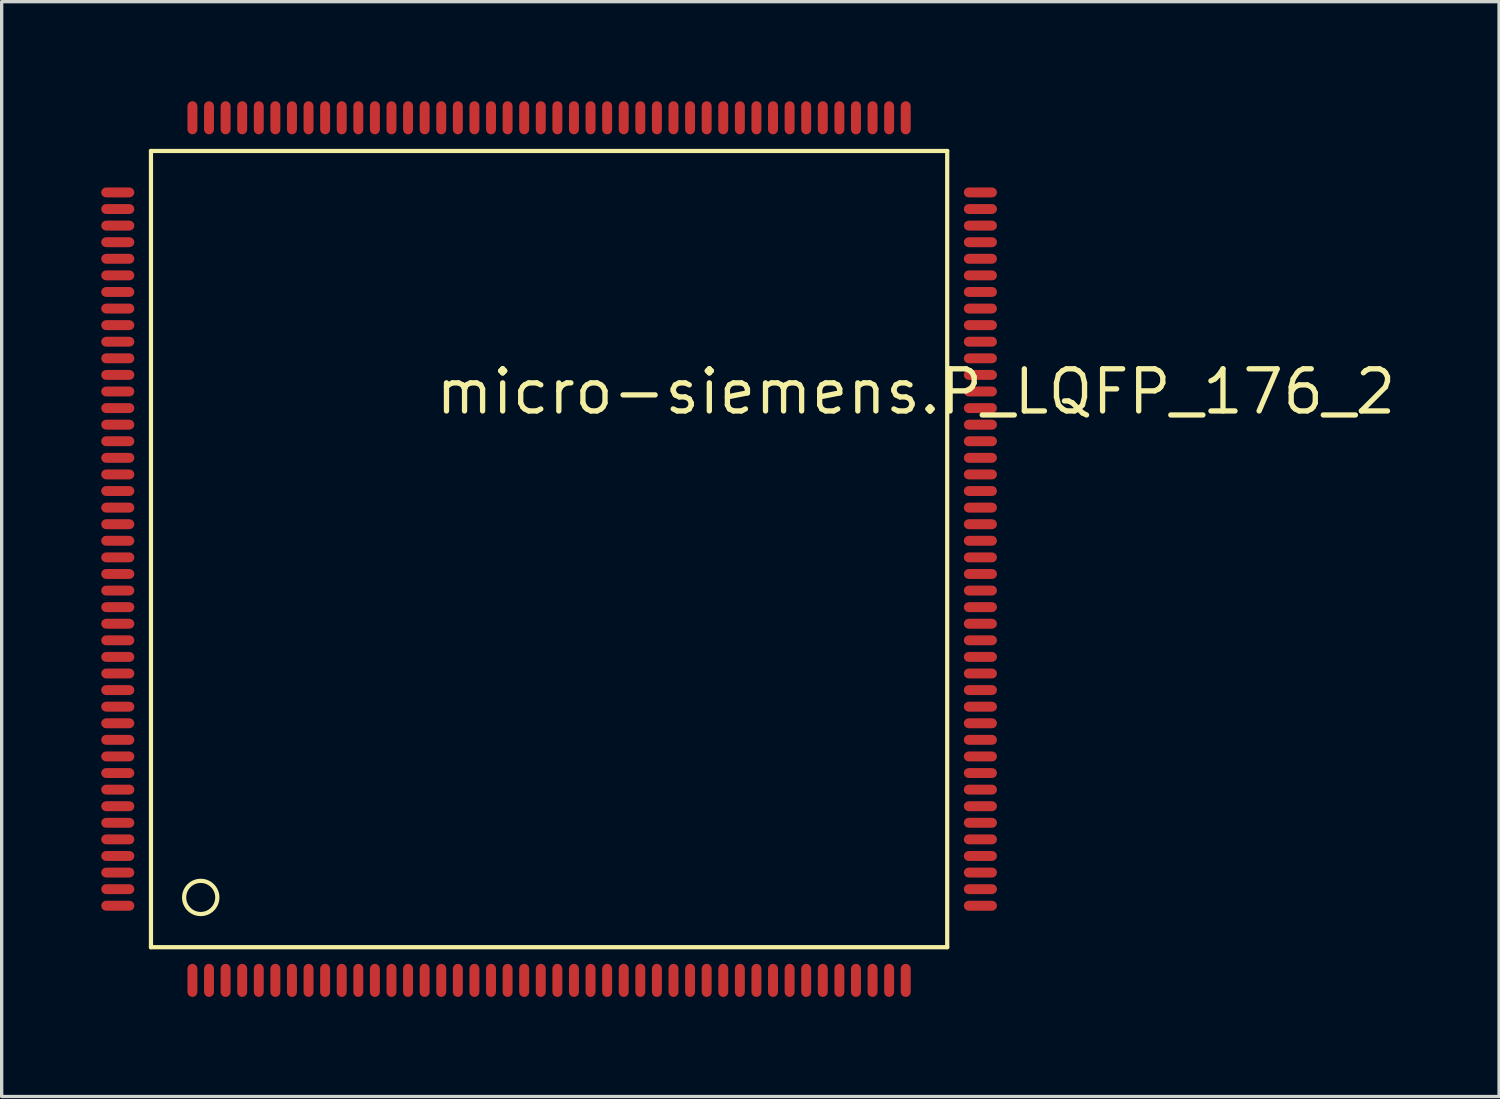
<source format=kicad_pcb>
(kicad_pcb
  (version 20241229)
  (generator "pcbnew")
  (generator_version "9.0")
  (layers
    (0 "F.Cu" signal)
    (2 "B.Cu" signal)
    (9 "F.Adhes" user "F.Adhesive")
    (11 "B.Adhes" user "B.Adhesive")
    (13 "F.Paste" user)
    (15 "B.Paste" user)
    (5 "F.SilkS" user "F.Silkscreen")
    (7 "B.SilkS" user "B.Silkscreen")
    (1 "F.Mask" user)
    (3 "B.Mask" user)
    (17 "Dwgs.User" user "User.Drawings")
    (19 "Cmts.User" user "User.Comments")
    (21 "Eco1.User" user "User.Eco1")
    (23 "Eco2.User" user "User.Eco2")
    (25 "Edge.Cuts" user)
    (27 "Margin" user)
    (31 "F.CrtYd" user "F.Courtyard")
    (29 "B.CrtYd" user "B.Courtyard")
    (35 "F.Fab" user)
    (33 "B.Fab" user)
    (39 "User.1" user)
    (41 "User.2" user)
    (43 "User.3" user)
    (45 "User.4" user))
  (footprint "micro-siemens.P_LQFP_176_2"
    (layer "F.Cu")
    (at 13.5 13.5)
    (property "Reference" "micro-siemens.P_LQFP_176_2" (at -3.5 -4 0) (layer "F.SilkS") (effects (font (size 1.27 1.27) (thickness 0.16)) (justify left bottom)))
    (attr smd)
    (fp_line (start -12 -12) (end 12 -12) (stroke (width 0.127) (type default)) (layer "F.SilkS"))
    (fp_line (start -12 12) (end -12 -12) (stroke (width 0.127) (type default)) (layer "F.SilkS"))
    (fp_line (start -12 12) (end 12 12) (stroke (width 0.127) (type default)) (layer "F.SilkS"))
    (fp_line (start 12 12) (end 12 -12) (stroke (width 0.127) (type default)) (layer "F.SilkS"))
    (fp_circle (center -10.5 10.5) (end -10 10.5) (stroke (width 0.127) (type default)) (fill no) (layer "F.SilkS"))
    (pad "1" smd roundrect (at -10.75 13) (size 0.3 1) (layers "F.Cu" "F.Mask" "F.Paste") (roundrect_rratio 0.5))
    (pad "2" smd roundrect (at -10.25 13) (size 0.3 1) (layers "F.Cu" "F.Mask" "F.Paste") (roundrect_rratio 0.5))
    (pad "3" smd roundrect (at -9.75 13) (size 0.3 1) (layers "F.Cu" "F.Mask" "F.Paste") (roundrect_rratio 0.5))
    (pad "4" smd roundrect (at -9.25 13) (size 0.3 1) (layers "F.Cu" "F.Mask" "F.Paste") (roundrect_rratio 0.5))
    (pad "5" smd roundrect (at -8.75 13) (size 0.3 1) (layers "F.Cu" "F.Mask" "F.Paste") (roundrect_rratio 0.5))
    (pad "6" smd roundrect (at -8.25 13) (size 0.3 1) (layers "F.Cu" "F.Mask" "F.Paste") (roundrect_rratio 0.5))
    (pad "7" smd roundrect (at -7.75 13) (size 0.3 1) (layers "F.Cu" "F.Mask" "F.Paste") (roundrect_rratio 0.5))
    (pad "8" smd roundrect (at -7.25 13) (size 0.3 1) (layers "F.Cu" "F.Mask" "F.Paste") (roundrect_rratio 0.5))
    (pad "9" smd roundrect (at -6.75 13) (size 0.3 1) (layers "F.Cu" "F.Mask" "F.Paste") (roundrect_rratio 0.5))
    (pad "10" smd roundrect (at -6.25 13) (size 0.3 1) (layers "F.Cu" "F.Mask" "F.Paste") (roundrect_rratio 0.5))
    (pad "11" smd roundrect (at -5.75 13) (size 0.3 1) (layers "F.Cu" "F.Mask" "F.Paste") (roundrect_rratio 0.5))
    (pad "12" smd roundrect (at -5.25 13) (size 0.3 1) (layers "F.Cu" "F.Mask" "F.Paste") (roundrect_rratio 0.5))
    (pad "13" smd roundrect (at -4.75 13) (size 0.3 1) (layers "F.Cu" "F.Mask" "F.Paste") (roundrect_rratio 0.5))
    (pad "14" smd roundrect (at -4.25 13) (size 0.3 1) (layers "F.Cu" "F.Mask" "F.Paste") (roundrect_rratio 0.5))
    (pad "15" smd roundrect (at -3.75 13) (size 0.3 1) (layers "F.Cu" "F.Mask" "F.Paste") (roundrect_rratio 0.5))
    (pad "16" smd roundrect (at -3.25 13) (size 0.3 1) (layers "F.Cu" "F.Mask" "F.Paste") (roundrect_rratio 0.5))
    (pad "17" smd roundrect (at -2.75 13) (size 0.3 1) (layers "F.Cu" "F.Mask" "F.Paste") (roundrect_rratio 0.5))
    (pad "18" smd roundrect (at -2.25 13) (size 0.3 1) (layers "F.Cu" "F.Mask" "F.Paste") (roundrect_rratio 0.5))
    (pad "19" smd roundrect (at -1.75 13) (size 0.3 1) (layers "F.Cu" "F.Mask" "F.Paste") (roundrect_rratio 0.5))
    (pad "20" smd roundrect (at -1.25 13) (size 0.3 1) (layers "F.Cu" "F.Mask" "F.Paste") (roundrect_rratio 0.5))
    (pad "21" smd roundrect (at -0.75 13) (size 0.3 1) (layers "F.Cu" "F.Mask" "F.Paste") (roundrect_rratio 0.5))
    (pad "22" smd roundrect (at -0.25 13) (size 0.3 1) (layers "F.Cu" "F.Mask" "F.Paste") (roundrect_rratio 0.5))
    (pad "23" smd roundrect (at 0.25 13) (size 0.3 1) (layers "F.Cu" "F.Mask" "F.Paste") (roundrect_rratio 0.5))
    (pad "24" smd roundrect (at 0.75 13) (size 0.3 1) (layers "F.Cu" "F.Mask" "F.Paste") (roundrect_rratio 0.5))
    (pad "25" smd roundrect (at 1.25 13) (size 0.3 1) (layers "F.Cu" "F.Mask" "F.Paste") (roundrect_rratio 0.5))
    (pad "26" smd roundrect (at 1.75 13) (size 0.3 1) (layers "F.Cu" "F.Mask" "F.Paste") (roundrect_rratio 0.5))
    (pad "27" smd roundrect (at 2.25 13) (size 0.3 1) (layers "F.Cu" "F.Mask" "F.Paste") (roundrect_rratio 0.5))
    (pad "28" smd roundrect (at 2.75 13) (size 0.3 1) (layers "F.Cu" "F.Mask" "F.Paste") (roundrect_rratio 0.5))
    (pad "29" smd roundrect (at 3.25 13) (size 0.3 1) (layers "F.Cu" "F.Mask" "F.Paste") (roundrect_rratio 0.5))
    (pad "30" smd roundrect (at 3.75 13) (size 0.3 1) (layers "F.Cu" "F.Mask" "F.Paste") (roundrect_rratio 0.5))
    (pad "31" smd roundrect (at 4.25 13) (size 0.3 1) (layers "F.Cu" "F.Mask" "F.Paste") (roundrect_rratio 0.5))
    (pad "32" smd roundrect (at 4.75 13) (size 0.3 1) (layers "F.Cu" "F.Mask" "F.Paste") (roundrect_rratio 0.5))
    (pad "33" smd roundrect (at 5.25 13) (size 0.3 1) (layers "F.Cu" "F.Mask" "F.Paste") (roundrect_rratio 0.5))
    (pad "34" smd roundrect (at 5.75 13) (size 0.3 1) (layers "F.Cu" "F.Mask" "F.Paste") (roundrect_rratio 0.5))
    (pad "35" smd roundrect (at 6.25 13) (size 0.3 1) (layers "F.Cu" "F.Mask" "F.Paste") (roundrect_rratio 0.5))
    (pad "36" smd roundrect (at 6.75 13) (size 0.3 1) (layers "F.Cu" "F.Mask" "F.Paste") (roundrect_rratio 0.5))
    (pad "37" smd roundrect (at 7.25 13) (size 0.3 1) (layers "F.Cu" "F.Mask" "F.Paste") (roundrect_rratio 0.5))
    (pad "38" smd roundrect (at 7.75 13) (size 0.3 1) (layers "F.Cu" "F.Mask" "F.Paste") (roundrect_rratio 0.5))
    (pad "39" smd roundrect (at 8.25 13) (size 0.3 1) (layers "F.Cu" "F.Mask" "F.Paste") (roundrect_rratio 0.5))
    (pad "40" smd roundrect (at 8.75 13) (size 0.3 1) (layers "F.Cu" "F.Mask" "F.Paste") (roundrect_rratio 0.5))
    (pad "41" smd roundrect (at 9.25 13) (size 0.3 1) (layers "F.Cu" "F.Mask" "F.Paste") (roundrect_rratio 0.5))
    (pad "42" smd roundrect (at 9.75 13) (size 0.3 1) (layers "F.Cu" "F.Mask" "F.Paste") (roundrect_rratio 0.5))
    (pad "43" smd roundrect (at 10.25 13) (size 0.3 1) (layers "F.Cu" "F.Mask" "F.Paste") (roundrect_rratio 0.5))
    (pad "44" smd roundrect (at 10.75 13 180) (size 0.3 1) (layers "F.Cu" "F.Mask" "F.Paste") (roundrect_rratio 0.5))
    (pad "45" smd roundrect (at 13 10.75 90) (size 0.3 1) (layers "F.Cu" "F.Mask" "F.Paste") (roundrect_rratio 0.5))
    (pad "46" smd roundrect (at 13 10.25 90) (size 0.3 1) (layers "F.Cu" "F.Mask" "F.Paste") (roundrect_rratio 0.5))
    (pad "47" smd roundrect (at 13 9.75 90) (size 0.3 1) (layers "F.Cu" "F.Mask" "F.Paste") (roundrect_rratio 0.5))
    (pad "48" smd roundrect (at 13 9.25 90) (size 0.3 1) (layers "F.Cu" "F.Mask" "F.Paste") (roundrect_rratio 0.5))
    (pad "49" smd roundrect (at 13 8.75 90) (size 0.3 1) (layers "F.Cu" "F.Mask" "F.Paste") (roundrect_rratio 0.5))
    (pad "50" smd roundrect (at 13 8.25 90) (size 0.3 1) (layers "F.Cu" "F.Mask" "F.Paste") (roundrect_rratio 0.5))
    (pad "51" smd roundrect (at 13 7.75 90) (size 0.3 1) (layers "F.Cu" "F.Mask" "F.Paste") (roundrect_rratio 0.5))
    (pad "52" smd roundrect (at 13 7.25 90) (size 0.3 1) (layers "F.Cu" "F.Mask" "F.Paste") (roundrect_rratio 0.5))
    (pad "53" smd roundrect (at 13 6.75 90) (size 0.3 1) (layers "F.Cu" "F.Mask" "F.Paste") (roundrect_rratio 0.5))
    (pad "54" smd roundrect (at 13 6.25 90) (size 0.3 1) (layers "F.Cu" "F.Mask" "F.Paste") (roundrect_rratio 0.5))
    (pad "55" smd roundrect (at 13 5.75 90) (size 0.3 1) (layers "F.Cu" "F.Mask" "F.Paste") (roundrect_rratio 0.5))
    (pad "56" smd roundrect (at 13 5.25 90) (size 0.3 1) (layers "F.Cu" "F.Mask" "F.Paste") (roundrect_rratio 0.5))
    (pad "57" smd roundrect (at 13 4.75 90) (size 0.3 1) (layers "F.Cu" "F.Mask" "F.Paste") (roundrect_rratio 0.5))
    (pad "58" smd roundrect (at 13 4.25 90) (size 0.3 1) (layers "F.Cu" "F.Mask" "F.Paste") (roundrect_rratio 0.5))
    (pad "59" smd roundrect (at 13 3.75 90) (size 0.3 1) (layers "F.Cu" "F.Mask" "F.Paste") (roundrect_rratio 0.5))
    (pad "60" smd roundrect (at 13 3.25 90) (size 0.3 1) (layers "F.Cu" "F.Mask" "F.Paste") (roundrect_rratio 0.5))
    (pad "61" smd roundrect (at 13 2.75 90) (size 0.3 1) (layers "F.Cu" "F.Mask" "F.Paste") (roundrect_rratio 0.5))
    (pad "62" smd roundrect (at 13 2.25 90) (size 0.3 1) (layers "F.Cu" "F.Mask" "F.Paste") (roundrect_rratio 0.5))
    (pad "63" smd roundrect (at 13 1.75 90) (size 0.3 1) (layers "F.Cu" "F.Mask" "F.Paste") (roundrect_rratio 0.5))
    (pad "64" smd roundrect (at 13 1.25 90) (size 0.3 1) (layers "F.Cu" "F.Mask" "F.Paste") (roundrect_rratio 0.5))
    (pad "65" smd roundrect (at 13 0.75 90) (size 0.3 1) (layers "F.Cu" "F.Mask" "F.Paste") (roundrect_rratio 0.5))
    (pad "66" smd roundrect (at 13 0.25 90) (size 0.3 1) (layers "F.Cu" "F.Mask" "F.Paste") (roundrect_rratio 0.5))
    (pad "67" smd roundrect (at 13 -0.25 90) (size 0.3 1) (layers "F.Cu" "F.Mask" "F.Paste") (roundrect_rratio 0.5))
    (pad "68" smd roundrect (at 13 -0.75 90) (size 0.3 1) (layers "F.Cu" "F.Mask" "F.Paste") (roundrect_rratio 0.5))
    (pad "69" smd roundrect (at 13 -1.25 90) (size 0.3 1) (layers "F.Cu" "F.Mask" "F.Paste") (roundrect_rratio 0.5))
    (pad "70" smd roundrect (at 13 -1.75 90) (size 0.3 1) (layers "F.Cu" "F.Mask" "F.Paste") (roundrect_rratio 0.5))
    (pad "71" smd roundrect (at 13 -2.25 90) (size 0.3 1) (layers "F.Cu" "F.Mask" "F.Paste") (roundrect_rratio 0.5))
    (pad "72" smd roundrect (at 13 -2.75 90) (size 0.3 1) (layers "F.Cu" "F.Mask" "F.Paste") (roundrect_rratio 0.5))
    (pad "73" smd roundrect (at 13 -3.25 90) (size 0.3 1) (layers "F.Cu" "F.Mask" "F.Paste") (roundrect_rratio 0.5))
    (pad "74" smd roundrect (at 13 -3.75 90) (size 0.3 1) (layers "F.Cu" "F.Mask" "F.Paste") (roundrect_rratio 0.5))
    (pad "75" smd roundrect (at 13 -4.25 90) (size 0.3 1) (layers "F.Cu" "F.Mask" "F.Paste") (roundrect_rratio 0.5))
    (pad "76" smd roundrect (at 13 -4.75 90) (size 0.3 1) (layers "F.Cu" "F.Mask" "F.Paste") (roundrect_rratio 0.5))
    (pad "77" smd roundrect (at 13 -5.25 90) (size 0.3 1) (layers "F.Cu" "F.Mask" "F.Paste") (roundrect_rratio 0.5))
    (pad "78" smd roundrect (at 13 -5.75 90) (size 0.3 1) (layers "F.Cu" "F.Mask" "F.Paste") (roundrect_rratio 0.5))
    (pad "79" smd roundrect (at 13 -6.25 90) (size 0.3 1) (layers "F.Cu" "F.Mask" "F.Paste") (roundrect_rratio 0.5))
    (pad "80" smd roundrect (at 13 -6.75 90) (size 0.3 1) (layers "F.Cu" "F.Mask" "F.Paste") (roundrect_rratio 0.5))
    (pad "81" smd roundrect (at 13 -7.25 90) (size 0.3 1) (layers "F.Cu" "F.Mask" "F.Paste") (roundrect_rratio 0.5))
    (pad "82" smd roundrect (at 13 -7.75 90) (size 0.3 1) (layers "F.Cu" "F.Mask" "F.Paste") (roundrect_rratio 0.5))
    (pad "83" smd roundrect (at 13 -8.25 90) (size 0.3 1) (layers "F.Cu" "F.Mask" "F.Paste") (roundrect_rratio 0.5))
    (pad "84" smd roundrect (at 13 -8.75 90) (size 0.3 1) (layers "F.Cu" "F.Mask" "F.Paste") (roundrect_rratio 0.5))
    (pad "85" smd roundrect (at 13 -9.25 90) (size 0.3 1) (layers "F.Cu" "F.Mask" "F.Paste") (roundrect_rratio 0.5))
    (pad "86" smd roundrect (at 13 -9.75 90) (size 0.3 1) (layers "F.Cu" "F.Mask" "F.Paste") (roundrect_rratio 0.5))
    (pad "87" smd roundrect (at 13 -10.25 270) (size 0.3 1) (layers "F.Cu" "F.Mask" "F.Paste") (roundrect_rratio 0.5))
    (pad "88" smd roundrect (at 13 -10.75 270) (size 0.3 1) (layers "F.Cu" "F.Mask" "F.Paste") (roundrect_rratio 0.5))
    (pad "89" smd roundrect (at 10.75 -13 180) (size 0.3 1) (layers "F.Cu" "F.Mask" "F.Paste") (roundrect_rratio 0.5))
    (pad "90" smd roundrect (at 10.25 -13 180) (size 0.3 1) (layers "F.Cu" "F.Mask" "F.Paste") (roundrect_rratio 0.5))
    (pad "91" smd roundrect (at 9.75 -13 180) (size 0.3 1) (layers "F.Cu" "F.Mask" "F.Paste") (roundrect_rratio 0.5))
    (pad "92" smd roundrect (at 9.25 -13 180) (size 0.3 1) (layers "F.Cu" "F.Mask" "F.Paste") (roundrect_rratio 0.5))
    (pad "93" smd roundrect (at 8.75 -13 180) (size 0.3 1) (layers "F.Cu" "F.Mask" "F.Paste") (roundrect_rratio 0.5))
    (pad "94" smd roundrect (at 8.25 -13 180) (size 0.3 1) (layers "F.Cu" "F.Mask" "F.Paste") (roundrect_rratio 0.5))
    (pad "95" smd roundrect (at 7.75 -13 180) (size 0.3 1) (layers "F.Cu" "F.Mask" "F.Paste") (roundrect_rratio 0.5))
    (pad "96" smd roundrect (at 7.25 -13 180) (size 0.3 1) (layers "F.Cu" "F.Mask" "F.Paste") (roundrect_rratio 0.5))
    (pad "97" smd roundrect (at 6.75 -13 180) (size 0.3 1) (layers "F.Cu" "F.Mask" "F.Paste") (roundrect_rratio 0.5))
    (pad "98" smd roundrect (at 6.25 -13 180) (size 0.3 1) (layers "F.Cu" "F.Mask" "F.Paste") (roundrect_rratio 0.5))
    (pad "99" smd roundrect (at 5.75 -13 180) (size 0.3 1) (layers "F.Cu" "F.Mask" "F.Paste") (roundrect_rratio 0.5))
    (pad "100" smd roundrect (at 5.25 -13 180) (size 0.3 1) (layers "F.Cu" "F.Mask" "F.Paste") (roundrect_rratio 0.5))
    (pad "101" smd roundrect (at 4.75 -13 180) (size 0.3 1) (layers "F.Cu" "F.Mask" "F.Paste") (roundrect_rratio 0.5))
    (pad "102" smd roundrect (at 4.25 -13 180) (size 0.3 1) (layers "F.Cu" "F.Mask" "F.Paste") (roundrect_rratio 0.5))
    (pad "103" smd roundrect (at 3.75 -13 180) (size 0.3 1) (layers "F.Cu" "F.Mask" "F.Paste") (roundrect_rratio 0.5))
    (pad "104" smd roundrect (at 3.25 -13 180) (size 0.3 1) (layers "F.Cu" "F.Mask" "F.Paste") (roundrect_rratio 0.5))
    (pad "105" smd roundrect (at 2.75 -13 180) (size 0.3 1) (layers "F.Cu" "F.Mask" "F.Paste") (roundrect_rratio 0.5))
    (pad "106" smd roundrect (at 2.25 -13 180) (size 0.3 1) (layers "F.Cu" "F.Mask" "F.Paste") (roundrect_rratio 0.5))
    (pad "107" smd roundrect (at 1.75 -13 180) (size 0.3 1) (layers "F.Cu" "F.Mask" "F.Paste") (roundrect_rratio 0.5))
    (pad "108" smd roundrect (at 1.25 -13 180) (size 0.3 1) (layers "F.Cu" "F.Mask" "F.Paste") (roundrect_rratio 0.5))
    (pad "109" smd roundrect (at 0.75 -13 180) (size 0.3 1) (layers "F.Cu" "F.Mask" "F.Paste") (roundrect_rratio 0.5))
    (pad "110" smd roundrect (at 0.25 -13 180) (size 0.3 1) (layers "F.Cu" "F.Mask" "F.Paste") (roundrect_rratio 0.5))
    (pad "111" smd roundrect (at -0.25 -13 180) (size 0.3 1) (layers "F.Cu" "F.Mask" "F.Paste") (roundrect_rratio 0.5))
    (pad "112" smd roundrect (at -0.75 -13 180) (size 0.3 1) (layers "F.Cu" "F.Mask" "F.Paste") (roundrect_rratio 0.5))
    (pad "113" smd roundrect (at -1.25 -13 180) (size 0.3 1) (layers "F.Cu" "F.Mask" "F.Paste") (roundrect_rratio 0.5))
    (pad "114" smd roundrect (at -1.75 -13 180) (size 0.3 1) (layers "F.Cu" "F.Mask" "F.Paste") (roundrect_rratio 0.5))
    (pad "115" smd roundrect (at -2.25 -13 180) (size 0.3 1) (layers "F.Cu" "F.Mask" "F.Paste") (roundrect_rratio 0.5))
    (pad "116" smd roundrect (at -2.75 -13 180) (size 0.3 1) (layers "F.Cu" "F.Mask" "F.Paste") (roundrect_rratio 0.5))
    (pad "117" smd roundrect (at -3.25 -13 180) (size 0.3 1) (layers "F.Cu" "F.Mask" "F.Paste") (roundrect_rratio 0.5))
    (pad "118" smd roundrect (at -3.75 -13 180) (size 0.3 1) (layers "F.Cu" "F.Mask" "F.Paste") (roundrect_rratio 0.5))
    (pad "119" smd roundrect (at -4.25 -13 180) (size 0.3 1) (layers "F.Cu" "F.Mask" "F.Paste") (roundrect_rratio 0.5))
    (pad "120" smd roundrect (at -4.75 -13 180) (size 0.3 1) (layers "F.Cu" "F.Mask" "F.Paste") (roundrect_rratio 0.5))
    (pad "121" smd roundrect (at -5.25 -13 180) (size 0.3 1) (layers "F.Cu" "F.Mask" "F.Paste") (roundrect_rratio 0.5))
    (pad "122" smd roundrect (at -5.75 -13 180) (size 0.3 1) (layers "F.Cu" "F.Mask" "F.Paste") (roundrect_rratio 0.5))
    (pad "123" smd roundrect (at -6.25 -13 180) (size 0.3 1) (layers "F.Cu" "F.Mask" "F.Paste") (roundrect_rratio 0.5))
    (pad "124" smd roundrect (at -6.75 -13 180) (size 0.3 1) (layers "F.Cu" "F.Mask" "F.Paste") (roundrect_rratio 0.5))
    (pad "125" smd roundrect (at -7.25 -13 180) (size 0.3 1) (layers "F.Cu" "F.Mask" "F.Paste") (roundrect_rratio 0.5))
    (pad "126" smd roundrect (at -7.75 -13 180) (size 0.3 1) (layers "F.Cu" "F.Mask" "F.Paste") (roundrect_rratio 0.5))
    (pad "127" smd roundrect (at -8.25 -13 180) (size 0.3 1) (layers "F.Cu" "F.Mask" "F.Paste") (roundrect_rratio 0.5))
    (pad "128" smd roundrect (at -8.75 -13 180) (size 0.3 1) (layers "F.Cu" "F.Mask" "F.Paste") (roundrect_rratio 0.5))
    (pad "129" smd roundrect (at -9.25 -13 180) (size 0.3 1) (layers "F.Cu" "F.Mask" "F.Paste") (roundrect_rratio 0.5))
    (pad "130" smd roundrect (at -9.75 -13) (size 0.3 1) (layers "F.Cu" "F.Mask" "F.Paste") (roundrect_rratio 0.5))
    (pad "131" smd roundrect (at -10.25 -13) (size 0.3 1) (layers "F.Cu" "F.Mask" "F.Paste") (roundrect_rratio 0.5))
    (pad "132" smd roundrect (at -10.75 -13) (size 0.3 1) (layers "F.Cu" "F.Mask" "F.Paste") (roundrect_rratio 0.5))
    (pad "133" smd roundrect (at -13 -10.75 270) (size 0.3 1) (layers "F.Cu" "F.Mask" "F.Paste") (roundrect_rratio 0.5))
    (pad "134" smd roundrect (at -13 -10.25 270) (size 0.3 1) (layers "F.Cu" "F.Mask" "F.Paste") (roundrect_rratio 0.5))
    (pad "135" smd roundrect (at -13 -9.75 270) (size 0.3 1) (layers "F.Cu" "F.Mask" "F.Paste") (roundrect_rratio 0.5))
    (pad "136" smd roundrect (at -13 -9.25 270) (size 0.3 1) (layers "F.Cu" "F.Mask" "F.Paste") (roundrect_rratio 0.5))
    (pad "137" smd roundrect (at -13 -8.75 270) (size 0.3 1) (layers "F.Cu" "F.Mask" "F.Paste") (roundrect_rratio 0.5))
    (pad "138" smd roundrect (at -13 -8.25 270) (size 0.3 1) (layers "F.Cu" "F.Mask" "F.Paste") (roundrect_rratio 0.5))
    (pad "139" smd roundrect (at -13 -7.75 270) (size 0.3 1) (layers "F.Cu" "F.Mask" "F.Paste") (roundrect_rratio 0.5))
    (pad "140" smd roundrect (at -13 -7.25 270) (size 0.3 1) (layers "F.Cu" "F.Mask" "F.Paste") (roundrect_rratio 0.5))
    (pad "141" smd roundrect (at -13 -6.75 270) (size 0.3 1) (layers "F.Cu" "F.Mask" "F.Paste") (roundrect_rratio 0.5))
    (pad "142" smd roundrect (at -13 -6.25 270) (size 0.3 1) (layers "F.Cu" "F.Mask" "F.Paste") (roundrect_rratio 0.5))
    (pad "143" smd roundrect (at -13 -5.75 270) (size 0.3 1) (layers "F.Cu" "F.Mask" "F.Paste") (roundrect_rratio 0.5))
    (pad "144" smd roundrect (at -13 -5.25 270) (size 0.3 1) (layers "F.Cu" "F.Mask" "F.Paste") (roundrect_rratio 0.5))
    (pad "145" smd roundrect (at -13 -4.75 270) (size 0.3 1) (layers "F.Cu" "F.Mask" "F.Paste") (roundrect_rratio 0.5))
    (pad "146" smd roundrect (at -13 -4.25 270) (size 0.3 1) (layers "F.Cu" "F.Mask" "F.Paste") (roundrect_rratio 0.5))
    (pad "147" smd roundrect (at -13 -3.75 270) (size 0.3 1) (layers "F.Cu" "F.Mask" "F.Paste") (roundrect_rratio 0.5))
    (pad "148" smd roundrect (at -13 -3.25 270) (size 0.3 1) (layers "F.Cu" "F.Mask" "F.Paste") (roundrect_rratio 0.5))
    (pad "149" smd roundrect (at -13 -2.75 270) (size 0.3 1) (layers "F.Cu" "F.Mask" "F.Paste") (roundrect_rratio 0.5))
    (pad "150" smd roundrect (at -13 -2.25 270) (size 0.3 1) (layers "F.Cu" "F.Mask" "F.Paste") (roundrect_rratio 0.5))
    (pad "151" smd roundrect (at -13 -1.75 270) (size 0.3 1) (layers "F.Cu" "F.Mask" "F.Paste") (roundrect_rratio 0.5))
    (pad "152" smd roundrect (at -13 -1.25 270) (size 0.3 1) (layers "F.Cu" "F.Mask" "F.Paste") (roundrect_rratio 0.5))
    (pad "153" smd roundrect (at -13 -0.75 270) (size 0.3 1) (layers "F.Cu" "F.Mask" "F.Paste") (roundrect_rratio 0.5))
    (pad "154" smd roundrect (at -13 -0.25 270) (size 0.3 1) (layers "F.Cu" "F.Mask" "F.Paste") (roundrect_rratio 0.5))
    (pad "155" smd roundrect (at -13 0.25 270) (size 0.3 1) (layers "F.Cu" "F.Mask" "F.Paste") (roundrect_rratio 0.5))
    (pad "156" smd roundrect (at -13 0.75 270) (size 0.3 1) (layers "F.Cu" "F.Mask" "F.Paste") (roundrect_rratio 0.5))
    (pad "157" smd roundrect (at -13 1.25 270) (size 0.3 1) (layers "F.Cu" "F.Mask" "F.Paste") (roundrect_rratio 0.5))
    (pad "158" smd roundrect (at -13 1.75 270) (size 0.3 1) (layers "F.Cu" "F.Mask" "F.Paste") (roundrect_rratio 0.5))
    (pad "159" smd roundrect (at -13 2.25 270) (size 0.3 1) (layers "F.Cu" "F.Mask" "F.Paste") (roundrect_rratio 0.5))
    (pad "160" smd roundrect (at -13 2.75 270) (size 0.3 1) (layers "F.Cu" "F.Mask" "F.Paste") (roundrect_rratio 0.5))
    (pad "161" smd roundrect (at -13 3.25 270) (size 0.3 1) (layers "F.Cu" "F.Mask" "F.Paste") (roundrect_rratio 0.5))
    (pad "162" smd roundrect (at -13 3.75 270) (size 0.3 1) (layers "F.Cu" "F.Mask" "F.Paste") (roundrect_rratio 0.5))
    (pad "163" smd roundrect (at -13 4.25 270) (size 0.3 1) (layers "F.Cu" "F.Mask" "F.Paste") (roundrect_rratio 0.5))
    (pad "164" smd roundrect (at -13 4.75 270) (size 0.3 1) (layers "F.Cu" "F.Mask" "F.Paste") (roundrect_rratio 0.5))
    (pad "165" smd roundrect (at -13 5.25 270) (size 0.3 1) (layers "F.Cu" "F.Mask" "F.Paste") (roundrect_rratio 0.5))
    (pad "166" smd roundrect (at -13 5.75 270) (size 0.3 1) (layers "F.Cu" "F.Mask" "F.Paste") (roundrect_rratio 0.5))
    (pad "167" smd roundrect (at -13 6.25 270) (size 0.3 1) (layers "F.Cu" "F.Mask" "F.Paste") (roundrect_rratio 0.5))
    (pad "168" smd roundrect (at -13 6.75 270) (size 0.3 1) (layers "F.Cu" "F.Mask" "F.Paste") (roundrect_rratio 0.5))
    (pad "169" smd roundrect (at -13 7.25 270) (size 0.3 1) (layers "F.Cu" "F.Mask" "F.Paste") (roundrect_rratio 0.5))
    (pad "170" smd roundrect (at -13 7.75 270) (size 0.3 1) (layers "F.Cu" "F.Mask" "F.Paste") (roundrect_rratio 0.5))
    (pad "171" smd roundrect (at -13 8.25 270) (size 0.3 1) (layers "F.Cu" "F.Mask" "F.Paste") (roundrect_rratio 0.5))
    (pad "172" smd roundrect (at -13 8.75 270) (size 0.3 1) (layers "F.Cu" "F.Mask" "F.Paste") (roundrect_rratio 0.5))
    (pad "173" smd roundrect (at -13 9.25 90) (size 0.3 1) (layers "F.Cu" "F.Mask" "F.Paste") (roundrect_rratio 0.5))
    (pad "174" smd roundrect (at -13 9.75 90) (size 0.3 1) (layers "F.Cu" "F.Mask" "F.Paste") (roundrect_rratio 0.5))
    (pad "175" smd roundrect (at -13 10.25 90) (size 0.3 1) (layers "F.Cu" "F.Mask" "F.Paste") (roundrect_rratio 0.5))
    (pad "176" smd roundrect (at -13 10.75 90) (size 0.3 1) (layers "F.Cu" "F.Mask" "F.Paste") (roundrect_rratio 0.5)))
  (gr_rect
    (start -3 -3)
    (end 42.134 30)
    (stroke (width 0.1) (type default))
    (fill no)
    (layer "Edge.Cuts")))
</source>
